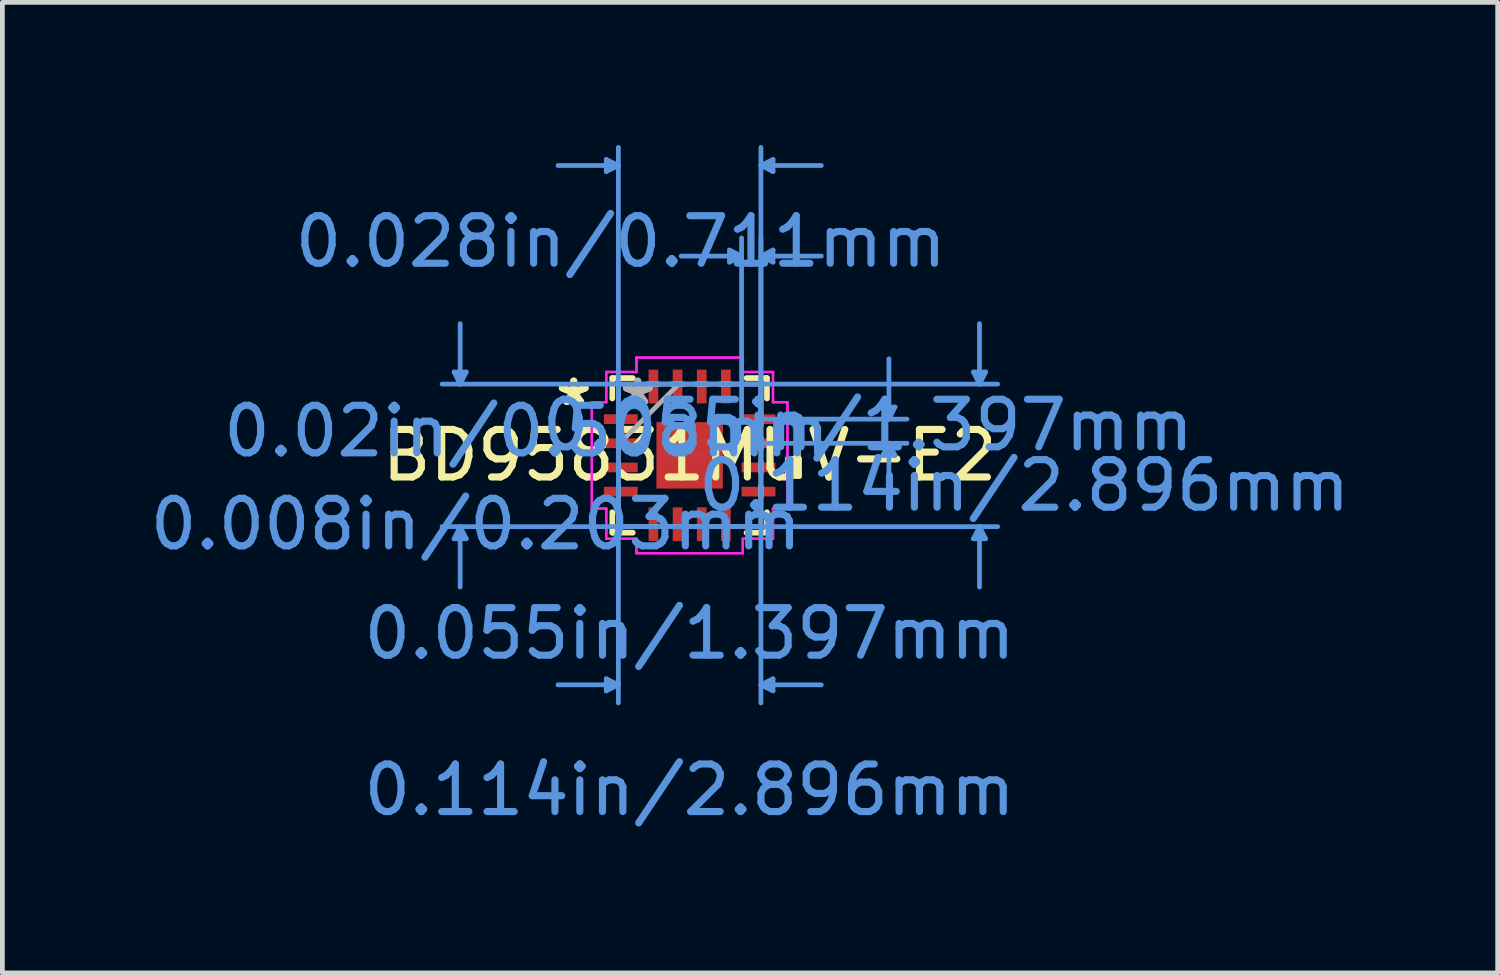
<source format=kicad_pcb>
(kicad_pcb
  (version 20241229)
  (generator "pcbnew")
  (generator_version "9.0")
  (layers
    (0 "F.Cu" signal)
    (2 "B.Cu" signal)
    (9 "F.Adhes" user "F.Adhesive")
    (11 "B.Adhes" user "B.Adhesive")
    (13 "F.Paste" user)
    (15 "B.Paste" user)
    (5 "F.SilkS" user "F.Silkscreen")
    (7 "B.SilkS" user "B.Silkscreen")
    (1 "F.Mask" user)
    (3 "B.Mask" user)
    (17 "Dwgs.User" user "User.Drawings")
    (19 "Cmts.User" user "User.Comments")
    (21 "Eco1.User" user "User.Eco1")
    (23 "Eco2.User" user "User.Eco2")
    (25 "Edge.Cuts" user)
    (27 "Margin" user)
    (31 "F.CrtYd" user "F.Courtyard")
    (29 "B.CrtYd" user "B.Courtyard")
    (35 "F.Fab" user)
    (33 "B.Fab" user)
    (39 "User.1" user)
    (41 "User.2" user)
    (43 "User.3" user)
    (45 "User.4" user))
  (footprint "BD95831MUV-E2"
    (layer "F.Cu")
    (at 11.454 6.527)
    (property "Reference" "BD95831MUV-E2" (at 0 0 0) (layer "F.SilkS") (effects (font (size 1 1) (thickness 0.15))))
    (attr through_hole)
    (fp_line (start -1.626 -1.626) (end -1.626 -1.196) (stroke (width 0.12) (type solid)) (layer "F.SilkS"))
    (fp_line (start -1.626 1.196) (end -1.626 1.626) (stroke (width 0.12) (type solid)) (layer "F.SilkS"))
    (fp_line (start -1.626 1.626) (end -1.196 1.626) (stroke (width 0.12) (type solid)) (layer "F.SilkS"))
    (fp_line (start -1.196 -1.626) (end -1.626 -1.626) (stroke (width 0.12) (type solid)) (layer "F.SilkS"))
    (fp_line (start 1.196 1.626) (end 1.626 1.626) (stroke (width 0.12) (type solid)) (layer "F.SilkS"))
    (fp_line (start 1.626 -1.626) (end 1.196 -1.626) (stroke (width 0.12) (type solid)) (layer "F.SilkS"))
    (fp_line (start 1.626 -1.196) (end 1.626 -1.626) (stroke (width 0.12) (type solid)) (layer "F.SilkS"))
    (fp_line (start 1.626 1.626) (end 1.626 1.196) (stroke (width 0.12) (type solid)) (layer "F.SilkS"))
    (fp_poly (pts (xy 2.311 0.064) (xy 2.311 0.445) (xy 2.057 0.445) (xy 2.057 0.064)) (stroke (width 0.1) (type solid)) (fill yes) (layer "F.SilkS"))
    (fp_line (start -4.953 -1.753) (end -4.699 -1.753) (stroke (width 0.1) (type solid)) (layer "Cmts.User"))
    (fp_line (start -4.953 1.753) (end -4.699 1.753) (stroke (width 0.1) (type solid)) (layer "Cmts.User"))
    (fp_line (start -4.826 -1.499) (end -4.953 -1.753) (stroke (width 0.1) (type solid)) (layer "Cmts.User"))
    (fp_line (start -4.826 -1.499) (end -4.826 -2.769) (stroke (width 0.1) (type solid)) (layer "Cmts.User"))
    (fp_line (start -4.826 -1.499) (end -4.699 -1.753) (stroke (width 0.1) (type solid)) (layer "Cmts.User"))
    (fp_line (start -4.826 1.499) (end -4.953 1.753) (stroke (width 0.1) (type solid)) (layer "Cmts.User"))
    (fp_line (start -4.826 1.499) (end -4.826 2.769) (stroke (width 0.1) (type solid)) (layer "Cmts.User"))
    (fp_line (start -4.826 1.499) (end -4.699 1.753) (stroke (width 0.1) (type solid)) (layer "Cmts.User"))
    (fp_line (start -1.753 -6.223) (end -1.753 -5.969) (stroke (width 0.1) (type solid)) (layer "Cmts.User"))
    (fp_line (start -1.753 4.699) (end -1.753 4.953) (stroke (width 0.1) (type solid)) (layer "Cmts.User"))
    (fp_line (start -1.499 -6.096) (end -2.769 -6.096) (stroke (width 0.1) (type solid)) (layer "Cmts.User"))
    (fp_line (start -1.499 -6.096) (end -1.753 -6.223) (stroke (width 0.1) (type solid)) (layer "Cmts.User"))
    (fp_line (start -1.499 -6.096) (end -1.753 -5.969) (stroke (width 0.1) (type solid)) (layer "Cmts.User"))
    (fp_line (start -1.499 -1.499) (end -1.499 5.207) (stroke (width 0.1) (type solid)) (layer "Cmts.User"))
    (fp_line (start -1.499 -0.762) (end -1.499 -6.477) (stroke (width 0.1) (type solid)) (layer "Cmts.User"))
    (fp_line (start -1.499 4.826) (end -2.769 4.826) (stroke (width 0.1) (type solid)) (layer "Cmts.User"))
    (fp_line (start -1.499 4.826) (end -1.753 4.699) (stroke (width 0.1) (type solid)) (layer "Cmts.User"))
    (fp_line (start -1.499 4.826) (end -1.753 4.953) (stroke (width 0.1) (type solid)) (layer "Cmts.User"))
    (fp_line (start 0.762 -1.499) (end 6.477 -1.499) (stroke (width 0.1) (type solid)) (layer "Cmts.User"))
    (fp_line (start 0.762 1.499) (end 6.477 1.499) (stroke (width 0.1) (type solid)) (layer "Cmts.User"))
    (fp_line (start 0.838 -4.318) (end 0.838 -4.064) (stroke (width 0.1) (type solid)) (layer "Cmts.User"))
    (fp_line (start 1.092 -4.191) (end -0.178 -4.191) (stroke (width 0.1) (type solid)) (layer "Cmts.User"))
    (fp_line (start 1.092 -4.191) (end 0.838 -4.318) (stroke (width 0.1) (type solid)) (layer "Cmts.User"))
    (fp_line (start 1.092 -4.191) (end 0.838 -4.064) (stroke (width 0.1) (type solid)) (layer "Cmts.User"))
    (fp_line (start 1.092 -0.762) (end 1.092 -4.572) (stroke (width 0.1) (type solid)) (layer "Cmts.User"))
    (fp_line (start 1.448 -0.762) (end 4.572 -0.762) (stroke (width 0.1) (type solid)) (layer "Cmts.User"))
    (fp_line (start 1.448 -0.254) (end 4.572 -0.254) (stroke (width 0.1) (type solid)) (layer "Cmts.User"))
    (fp_line (start 1.499 -6.096) (end 1.753 -6.223) (stroke (width 0.1) (type solid)) (layer "Cmts.User"))
    (fp_line (start 1.499 -6.096) (end 1.753 -5.969) (stroke (width 0.1) (type solid)) (layer "Cmts.User"))
    (fp_line (start 1.499 -6.096) (end 2.769 -6.096) (stroke (width 0.1) (type solid)) (layer "Cmts.User"))
    (fp_line (start 1.499 -4.191) (end 1.753 -4.318) (stroke (width 0.1) (type solid)) (layer "Cmts.User"))
    (fp_line (start 1.499 -4.191) (end 1.753 -4.064) (stroke (width 0.1) (type solid)) (layer "Cmts.User"))
    (fp_line (start 1.499 -4.191) (end 2.769 -4.191) (stroke (width 0.1) (type solid)) (layer "Cmts.User"))
    (fp_line (start 1.499 -1.499) (end -5.207 -1.499) (stroke (width 0.1) (type solid)) (layer "Cmts.User"))
    (fp_line (start 1.499 -1.499) (end 1.499 5.207) (stroke (width 0.1) (type solid)) (layer "Cmts.User"))
    (fp_line (start 1.499 -0.762) (end 1.499 -6.477) (stroke (width 0.1) (type solid)) (layer "Cmts.User"))
    (fp_line (start 1.499 -0.762) (end 1.499 -4.572) (stroke (width 0.1) (type solid)) (layer "Cmts.User"))
    (fp_line (start 1.499 1.499) (end -5.207 1.499) (stroke (width 0.1) (type solid)) (layer "Cmts.User"))
    (fp_line (start 1.499 4.826) (end 1.753 4.699) (stroke (width 0.1) (type solid)) (layer "Cmts.User"))
    (fp_line (start 1.499 4.826) (end 1.753 4.953) (stroke (width 0.1) (type solid)) (layer "Cmts.User"))
    (fp_line (start 1.499 4.826) (end 2.769 4.826) (stroke (width 0.1) (type solid)) (layer "Cmts.User"))
    (fp_line (start 1.753 -6.223) (end 1.753 -5.969) (stroke (width 0.1) (type solid)) (layer "Cmts.User"))
    (fp_line (start 1.753 -4.318) (end 1.753 -4.064) (stroke (width 0.1) (type solid)) (layer "Cmts.User"))
    (fp_line (start 1.753 4.699) (end 1.753 4.953) (stroke (width 0.1) (type solid)) (layer "Cmts.User"))
    (fp_line (start 4.064 -1.016) (end 4.318 -1.016) (stroke (width 0.1) (type solid)) (layer "Cmts.User"))
    (fp_line (start 4.064 0) (end 4.318 0) (stroke (width 0.1) (type solid)) (layer "Cmts.User"))
    (fp_line (start 4.191 -0.762) (end 4.064 -1.016) (stroke (width 0.1) (type solid)) (layer "Cmts.User"))
    (fp_line (start 4.191 -0.762) (end 4.191 -2.032) (stroke (width 0.1) (type solid)) (layer "Cmts.User"))
    (fp_line (start 4.191 -0.762) (end 4.318 -1.016) (stroke (width 0.1) (type solid)) (layer "Cmts.User"))
    (fp_line (start 4.191 -0.254) (end 4.064 0) (stroke (width 0.1) (type solid)) (layer "Cmts.User"))
    (fp_line (start 4.191 -0.254) (end 4.191 1.016) (stroke (width 0.1) (type solid)) (layer "Cmts.User"))
    (fp_line (start 4.191 -0.254) (end 4.318 0) (stroke (width 0.1) (type solid)) (layer "Cmts.User"))
    (fp_line (start 5.969 -1.753) (end 6.223 -1.753) (stroke (width 0.1) (type solid)) (layer "Cmts.User"))
    (fp_line (start 5.969 1.753) (end 6.223 1.753) (stroke (width 0.1) (type solid)) (layer "Cmts.User"))
    (fp_line (start 6.096 -1.499) (end 5.969 -1.753) (stroke (width 0.1) (type solid)) (layer "Cmts.User"))
    (fp_line (start 6.096 -1.499) (end 6.096 -2.769) (stroke (width 0.1) (type solid)) (layer "Cmts.User"))
    (fp_line (start 6.096 -1.499) (end 6.223 -1.753) (stroke (width 0.1) (type solid)) (layer "Cmts.User"))
    (fp_line (start 6.096 1.499) (end 5.969 1.753) (stroke (width 0.1) (type solid)) (layer "Cmts.User"))
    (fp_line (start 6.096 1.499) (end 6.096 2.769) (stroke (width 0.1) (type solid)) (layer "Cmts.User"))
    (fp_line (start 6.096 1.499) (end 6.223 1.753) (stroke (width 0.1) (type solid)) (layer "Cmts.User"))
    (fp_line (start -2.057 -1.118) (end -1.753 -1.118) (stroke (width 0.05) (type solid)) (layer "F.CrtYd"))
    (fp_line (start -2.057 -1.118) (end -1.753 -1.118) (stroke (width 0.05) (type solid)) (layer "F.CrtYd"))
    (fp_line (start -2.057 1.118) (end -2.057 -1.118) (stroke (width 0.05) (type solid)) (layer "F.CrtYd"))
    (fp_line (start -2.057 1.118) (end -2.057 -1.118) (stroke (width 0.05) (type solid)) (layer "F.CrtYd"))
    (fp_line (start -1.753 -1.753) (end -1.118 -1.753) (stroke (width 0.05) (type solid)) (layer "F.CrtYd"))
    (fp_line (start -1.753 -1.753) (end -1.118 -1.753) (stroke (width 0.05) (type solid)) (layer "F.CrtYd"))
    (fp_line (start -1.753 -1.118) (end -1.753 -1.753) (stroke (width 0.05) (type solid)) (layer "F.CrtYd"))
    (fp_line (start -1.753 -1.118) (end -1.753 -1.753) (stroke (width 0.05) (type solid)) (layer "F.CrtYd"))
    (fp_line (start -1.753 1.118) (end -2.057 1.118) (stroke (width 0.05) (type solid)) (layer "F.CrtYd"))
    (fp_line (start -1.753 1.118) (end -2.057 1.118) (stroke (width 0.05) (type solid)) (layer "F.CrtYd"))
    (fp_line (start -1.753 1.753) (end -1.753 1.118) (stroke (width 0.05) (type solid)) (layer "F.CrtYd"))
    (fp_line (start -1.753 1.753) (end -1.753 1.118) (stroke (width 0.05) (type solid)) (layer "F.CrtYd"))
    (fp_line (start -1.118 -2.057) (end 1.118 -2.057) (stroke (width 0.05) (type solid)) (layer "F.CrtYd"))
    (fp_line (start -1.118 -2.057) (end 1.118 -2.057) (stroke (width 0.05) (type solid)) (layer "F.CrtYd"))
    (fp_line (start -1.118 -1.753) (end -1.118 -2.057) (stroke (width 0.05) (type solid)) (layer "F.CrtYd"))
    (fp_line (start -1.118 -1.753) (end -1.118 -2.057) (stroke (width 0.05) (type solid)) (layer "F.CrtYd"))
    (fp_line (start -1.118 1.753) (end -1.753 1.753) (stroke (width 0.05) (type solid)) (layer "F.CrtYd"))
    (fp_line (start -1.118 1.753) (end -1.753 1.753) (stroke (width 0.05) (type solid)) (layer "F.CrtYd"))
    (fp_line (start -1.118 2.057) (end -1.118 1.753) (stroke (width 0.05) (type solid)) (layer "F.CrtYd"))
    (fp_line (start -1.118 2.057) (end -1.118 1.753) (stroke (width 0.05) (type solid)) (layer "F.CrtYd"))
    (fp_line (start 1.118 -2.057) (end 1.118 -1.753) (stroke (width 0.05) (type solid)) (layer "F.CrtYd"))
    (fp_line (start 1.118 -2.057) (end 1.118 -1.753) (stroke (width 0.05) (type solid)) (layer "F.CrtYd"))
    (fp_line (start 1.118 -1.753) (end 1.753 -1.753) (stroke (width 0.05) (type solid)) (layer "F.CrtYd"))
    (fp_line (start 1.118 -1.753) (end 1.753 -1.753) (stroke (width 0.05) (type solid)) (layer "F.CrtYd"))
    (fp_line (start 1.118 1.753) (end 1.118 2.057) (stroke (width 0.05) (type solid)) (layer "F.CrtYd"))
    (fp_line (start 1.118 1.753) (end 1.118 2.057) (stroke (width 0.05) (type solid)) (layer "F.CrtYd"))
    (fp_line (start 1.118 2.057) (end -1.118 2.057) (stroke (width 0.05) (type solid)) (layer "F.CrtYd"))
    (fp_line (start 1.118 2.057) (end -1.118 2.057) (stroke (width 0.05) (type solid)) (layer "F.CrtYd"))
    (fp_line (start 1.753 -1.753) (end 1.753 -1.118) (stroke (width 0.05) (type solid)) (layer "F.CrtYd"))
    (fp_line (start 1.753 -1.753) (end 1.753 -1.118) (stroke (width 0.05) (type solid)) (layer "F.CrtYd"))
    (fp_line (start 1.753 -1.118) (end 2.057 -1.118) (stroke (width 0.05) (type solid)) (layer "F.CrtYd"))
    (fp_line (start 1.753 -1.118) (end 2.057 -1.118) (stroke (width 0.05) (type solid)) (layer "F.CrtYd"))
    (fp_line (start 1.753 1.118) (end 1.753 1.753) (stroke (width 0.05) (type solid)) (layer "F.CrtYd"))
    (fp_line (start 1.753 1.118) (end 1.753 1.753) (stroke (width 0.05) (type solid)) (layer "F.CrtYd"))
    (fp_line (start 1.753 1.753) (end 1.118 1.753) (stroke (width 0.05) (type solid)) (layer "F.CrtYd"))
    (fp_line (start 1.753 1.753) (end 1.118 1.753) (stroke (width 0.05) (type solid)) (layer "F.CrtYd"))
    (fp_line (start 2.057 -1.118) (end 2.057 1.118) (stroke (width 0.05) (type solid)) (layer "F.CrtYd"))
    (fp_line (start 2.057 -1.118) (end 2.057 1.118) (stroke (width 0.05) (type solid)) (layer "F.CrtYd"))
    (fp_line (start 2.057 1.118) (end 1.753 1.118) (stroke (width 0.05) (type solid)) (layer "F.CrtYd"))
    (fp_line (start 2.057 1.118) (end 1.753 1.118) (stroke (width 0.05) (type solid)) (layer "F.CrtYd"))
    (fp_line (start -1.499 -1.499) (end -1.499 -1.499) (stroke (width 0.1) (type solid)) (layer "F.Fab"))
    (fp_line (start -1.499 -1.499) (end -1.499 1.499) (stroke (width 0.1) (type solid)) (layer "F.Fab"))
    (fp_line (start -1.499 -0.889) (end -1.499 -0.889) (stroke (width 0.1) (type solid)) (layer "F.Fab"))
    (fp_line (start -1.499 -0.889) (end -1.499 -0.635) (stroke (width 0.1) (type solid)) (layer "F.Fab"))
    (fp_line (start -1.499 -0.635) (end -1.499 -0.889) (stroke (width 0.1) (type solid)) (layer "F.Fab"))
    (fp_line (start -1.499 -0.635) (end -1.499 -0.635) (stroke (width 0.1) (type solid)) (layer "F.Fab"))
    (fp_line (start -1.499 -0.381) (end -1.499 -0.381) (stroke (width 0.1) (type solid)) (layer "F.Fab"))
    (fp_line (start -1.499 -0.381) (end -1.499 -0.127) (stroke (width 0.1) (type solid)) (layer "F.Fab"))
    (fp_line (start -1.499 -0.229) (end -0.229 -1.499) (stroke (width 0.1) (type solid)) (layer "F.Fab"))
    (fp_line (start -1.499 -0.127) (end -1.499 -0.381) (stroke (width 0.1) (type solid)) (layer "F.Fab"))
    (fp_line (start -1.499 -0.127) (end -1.499 -0.127) (stroke (width 0.1) (type solid)) (layer "F.Fab"))
    (fp_line (start -1.499 0.127) (end -1.499 0.127) (stroke (width 0.1) (type solid)) (layer "F.Fab"))
    (fp_line (start -1.499 0.127) (end -1.499 0.381) (stroke (width 0.1) (type solid)) (layer "F.Fab"))
    (fp_line (start -1.499 0.381) (end -1.499 0.127) (stroke (width 0.1) (type solid)) (layer "F.Fab"))
    (fp_line (start -1.499 0.381) (end -1.499 0.381) (stroke (width 0.1) (type solid)) (layer "F.Fab"))
    (fp_line (start -1.499 0.635) (end -1.499 0.635) (stroke (width 0.1) (type solid)) (layer "F.Fab"))
    (fp_line (start -1.499 0.635) (end -1.499 0.889) (stroke (width 0.1) (type solid)) (layer "F.Fab"))
    (fp_line (start -1.499 0.889) (end -1.499 0.635) (stroke (width 0.1) (type solid)) (layer "F.Fab"))
    (fp_line (start -1.499 0.889) (end -1.499 0.889) (stroke (width 0.1) (type solid)) (layer "F.Fab"))
    (fp_line (start -1.499 1.499) (end -1.499 1.499) (stroke (width 0.1) (type solid)) (layer "F.Fab"))
    (fp_line (start -1.499 1.499) (end 1.499 1.499) (stroke (width 0.1) (type solid)) (layer "F.Fab"))
    (fp_line (start -0.889 -1.499) (end -0.889 -1.499) (stroke (width 0.1) (type solid)) (layer "F.Fab"))
    (fp_line (start -0.889 -1.499) (end -0.635 -1.499) (stroke (width 0.1) (type solid)) (layer "F.Fab"))
    (fp_line (start -0.889 1.499) (end -0.889 1.499) (stroke (width 0.1) (type solid)) (layer "F.Fab"))
    (fp_line (start -0.889 1.499) (end -0.635 1.499) (stroke (width 0.1) (type solid)) (layer "F.Fab"))
    (fp_line (start -0.635 -1.499) (end -0.889 -1.499) (stroke (width 0.1) (type solid)) (layer "F.Fab"))
    (fp_line (start -0.635 -1.499) (end -0.635 -1.499) (stroke (width 0.1) (type solid)) (layer "F.Fab"))
    (fp_line (start -0.635 1.499) (end -0.889 1.499) (stroke (width 0.1) (type solid)) (layer "F.Fab"))
    (fp_line (start -0.635 1.499) (end -0.635 1.499) (stroke (width 0.1) (type solid)) (layer "F.Fab"))
    (fp_line (start -0.381 -1.499) (end -0.381 -1.499) (stroke (width 0.1) (type solid)) (layer "F.Fab"))
    (fp_line (start -0.381 -1.499) (end -0.127 -1.499) (stroke (width 0.1) (type solid)) (layer "F.Fab"))
    (fp_line (start -0.381 1.499) (end -0.381 1.499) (stroke (width 0.1) (type solid)) (layer "F.Fab"))
    (fp_line (start -0.381 1.499) (end -0.127 1.499) (stroke (width 0.1) (type solid)) (layer "F.Fab"))
    (fp_line (start -0.127 -1.499) (end -0.381 -1.499) (stroke (width 0.1) (type solid)) (layer "F.Fab"))
    (fp_line (start -0.127 -1.499) (end -0.127 -1.499) (stroke (width 0.1) (type solid)) (layer "F.Fab"))
    (fp_line (start -0.127 1.499) (end -0.381 1.499) (stroke (width 0.1) (type solid)) (layer "F.Fab"))
    (fp_line (start -0.127 1.499) (end -0.127 1.499) (stroke (width 0.1) (type solid)) (layer "F.Fab"))
    (fp_line (start 0.127 -1.499) (end 0.127 -1.499) (stroke (width 0.1) (type solid)) (layer "F.Fab"))
    (fp_line (start 0.127 -1.499) (end 0.381 -1.499) (stroke (width 0.1) (type solid)) (layer "F.Fab"))
    (fp_line (start 0.127 1.499) (end 0.127 1.499) (stroke (width 0.1) (type solid)) (layer "F.Fab"))
    (fp_line (start 0.127 1.499) (end 0.381 1.499) (stroke (width 0.1) (type solid)) (layer "F.Fab"))
    (fp_line (start 0.381 -1.499) (end 0.127 -1.499) (stroke (width 0.1) (type solid)) (layer "F.Fab"))
    (fp_line (start 0.381 -1.499) (end 0.381 -1.499) (stroke (width 0.1) (type solid)) (layer "F.Fab"))
    (fp_line (start 0.381 1.499) (end 0.127 1.499) (stroke (width 0.1) (type solid)) (layer "F.Fab"))
    (fp_line (start 0.381 1.499) (end 0.381 1.499) (stroke (width 0.1) (type solid)) (layer "F.Fab"))
    (fp_line (start 0.635 -1.499) (end 0.635 -1.499) (stroke (width 0.1) (type solid)) (layer "F.Fab"))
    (fp_line (start 0.635 -1.499) (end 0.889 -1.499) (stroke (width 0.1) (type solid)) (layer "F.Fab"))
    (fp_line (start 0.635 1.499) (end 0.635 1.499) (stroke (width 0.1) (type solid)) (layer "F.Fab"))
    (fp_line (start 0.635 1.499) (end 0.889 1.499) (stroke (width 0.1) (type solid)) (layer "F.Fab"))
    (fp_line (start 0.889 -1.499) (end 0.635 -1.499) (stroke (width 0.1) (type solid)) (layer "F.Fab"))
    (fp_line (start 0.889 -1.499) (end 0.889 -1.499) (stroke (width 0.1) (type solid)) (layer "F.Fab"))
    (fp_line (start 0.889 1.499) (end 0.635 1.499) (stroke (width 0.1) (type solid)) (layer "F.Fab"))
    (fp_line (start 0.889 1.499) (end 0.889 1.499) (stroke (width 0.1) (type solid)) (layer "F.Fab"))
    (fp_line (start 1.499 -1.499) (end -1.499 -1.499) (stroke (width 0.1) (type solid)) (layer "F.Fab"))
    (fp_line (start 1.499 -1.499) (end 1.499 -1.499) (stroke (width 0.1) (type solid)) (layer "F.Fab"))
    (fp_line (start 1.499 -0.889) (end 1.499 -0.889) (stroke (width 0.1) (type solid)) (layer "F.Fab"))
    (fp_line (start 1.499 -0.889) (end 1.499 -0.635) (stroke (width 0.1) (type solid)) (layer "F.Fab"))
    (fp_line (start 1.499 -0.635) (end 1.499 -0.889) (stroke (width 0.1) (type solid)) (layer "F.Fab"))
    (fp_line (start 1.499 -0.635) (end 1.499 -0.635) (stroke (width 0.1) (type solid)) (layer "F.Fab"))
    (fp_line (start 1.499 -0.381) (end 1.499 -0.381) (stroke (width 0.1) (type solid)) (layer "F.Fab"))
    (fp_line (start 1.499 -0.381) (end 1.499 -0.127) (stroke (width 0.1) (type solid)) (layer "F.Fab"))
    (fp_line (start 1.499 -0.127) (end 1.499 -0.381) (stroke (width 0.1) (type solid)) (layer "F.Fab"))
    (fp_line (start 1.499 -0.127) (end 1.499 -0.127) (stroke (width 0.1) (type solid)) (layer "F.Fab"))
    (fp_line (start 1.499 0.127) (end 1.499 0.127) (stroke (width 0.1) (type solid)) (layer "F.Fab"))
    (fp_line (start 1.499 0.127) (end 1.499 0.381) (stroke (width 0.1) (type solid)) (layer "F.Fab"))
    (fp_line (start 1.499 0.381) (end 1.499 0.127) (stroke (width 0.1) (type solid)) (layer "F.Fab"))
    (fp_line (start 1.499 0.381) (end 1.499 0.381) (stroke (width 0.1) (type solid)) (layer "F.Fab"))
    (fp_line (start 1.499 0.635) (end 1.499 0.635) (stroke (width 0.1) (type solid)) (layer "F.Fab"))
    (fp_line (start 1.499 0.635) (end 1.499 0.889) (stroke (width 0.1) (type solid)) (layer "F.Fab"))
    (fp_line (start 1.499 0.889) (end 1.499 0.635) (stroke (width 0.1) (type solid)) (layer "F.Fab"))
    (fp_line (start 1.499 0.889) (end 1.499 0.889) (stroke (width 0.1) (type solid)) (layer "F.Fab"))
    (fp_line (start 1.499 1.499) (end 1.499 -1.499) (stroke (width 0.1) (type solid)) (layer "F.Fab"))
    (fp_line (start 1.499 1.499) (end 1.499 1.499) (stroke (width 0.1) (type solid)) (layer "F.Fab"))
    (fp_text user "*" (at -2.438 -1.016 0) (layer "F.SilkS") (effects (font (size 1 1) (thickness 0.15))))
    (fp_text user "*" (at -2.438 -1.016 0) (layer "F.SilkS") (effects (font (size 1 1) (thickness 0.15))))
    (fp_text user "0.055in/1.397mm" (at 0 3.747 0) (layer "Cmts.User") (effects (font (size 1 1) (thickness 0.15))))
    (fp_text user "0.008in/0.203mm" (at -4.496 1.448 0) (layer "Cmts.User") (effects (font (size 1 1) (thickness 0.15))))
    (fp_text user "0.028in/0.711mm" (at -1.448 -4.496 0) (layer "Cmts.User") (effects (font (size 1 1) (thickness 0.15))))
    (fp_text user "0.02in/0.508mm" (at -3.429 -0.508 0) (layer "Cmts.User") (effects (font (size 1 1) (thickness 0.15))))
    (fp_text user "0.114in/2.896mm" (at 7.036 0.635 0) (layer "Cmts.User") (effects (font (size 1 1) (thickness 0.15))))
    (fp_text user "Copyright 2021 Accelerated Designs. All rights reserved." (at 0 0 0) (layer "Cmts.User") (effects (font (size 0.127 0.127) (thickness 0.002))))
    (fp_text user "0.114in/2.896mm" (at 0 7.036 0) (layer "Cmts.User") (effects (font (size 1 1) (thickness 0.15))))
    (fp_text user "0.055in/1.397mm" (at 3.747 -0.635 0) (layer "Cmts.User") (effects (font (size 1 1) (thickness 0.15))))
    (fp_text user "*" (at -1.092 -1.016 0) (layer "F.Fab") (effects (font (size 1 1) (thickness 0.15))))
    (fp_text user "*" (at -1.092 -1.016 0) (layer "F.Fab") (effects (font (size 1 1) (thickness 0.15))))
    (pad "1" smd rect (at -1.448 -0.762 90) (size 0.203 0.711) (layers "F.Cu" "F.Mask" "F.Paste"))
    (pad "2" smd rect (at -1.448 -0.254 90) (size 0.203 0.711) (layers "F.Cu" "F.Mask" "F.Paste"))
    (pad "3" smd rect (at -1.448 0.254 90) (size 0.203 0.711) (layers "F.Cu" "F.Mask" "F.Paste"))
    (pad "4" smd rect (at -1.448 0.762 90) (size 0.203 0.711) (layers "F.Cu" "F.Mask" "F.Paste"))
    (pad "5" smd rect (at -0.762 1.448) (size 0.203 0.711) (layers "F.Cu" "F.Mask" "F.Paste"))
    (pad "6" smd rect (at -0.254 1.448) (size 0.203 0.711) (layers "F.Cu" "F.Mask" "F.Paste"))
    (pad "7" smd rect (at 0.254 1.448) (size 0.203 0.711) (layers "F.Cu" "F.Mask" "F.Paste"))
    (pad "8" smd rect (at 0.762 1.448) (size 0.203 0.711) (layers "F.Cu" "F.Mask" "F.Paste"))
    (pad "9" smd rect (at 1.448 0.762 90) (size 0.203 0.711) (layers "F.Cu" "F.Mask" "F.Paste"))
    (pad "10" smd rect (at 1.448 0.254 90) (size 0.203 0.711) (layers "F.Cu" "F.Mask" "F.Paste"))
    (pad "11" smd rect (at 1.448 -0.254 90) (size 0.203 0.711) (layers "F.Cu" "F.Mask" "F.Paste"))
    (pad "12" smd rect (at 1.448 -0.762 90) (size 0.203 0.711) (layers "F.Cu" "F.Mask" "F.Paste"))
    (pad "13" smd rect (at 0.762 -1.448) (size 0.203 0.711) (layers "F.Cu" "F.Mask" "F.Paste"))
    (pad "14" smd rect (at 0.254 -1.448) (size 0.203 0.711) (layers "F.Cu" "F.Mask" "F.Paste"))
    (pad "15" smd rect (at -0.254 -1.448) (size 0.203 0.711) (layers "F.Cu" "F.Mask" "F.Paste"))
    (pad "16" smd rect (at -0.762 -1.448) (size 0.203 0.711) (layers "F.Cu" "F.Mask" "F.Paste"))
    (pad "17" smd rect (at 0 0) (size 1.397 1.397) (layers "F.Cu" "F.Mask" "F.Paste")))
  (gr_rect
    (start -3 -3)
    (end 28.448 17.411)
    (stroke (width 0.1) (type default))
    (fill no)
    (layer "Edge.Cuts")))
</source>
